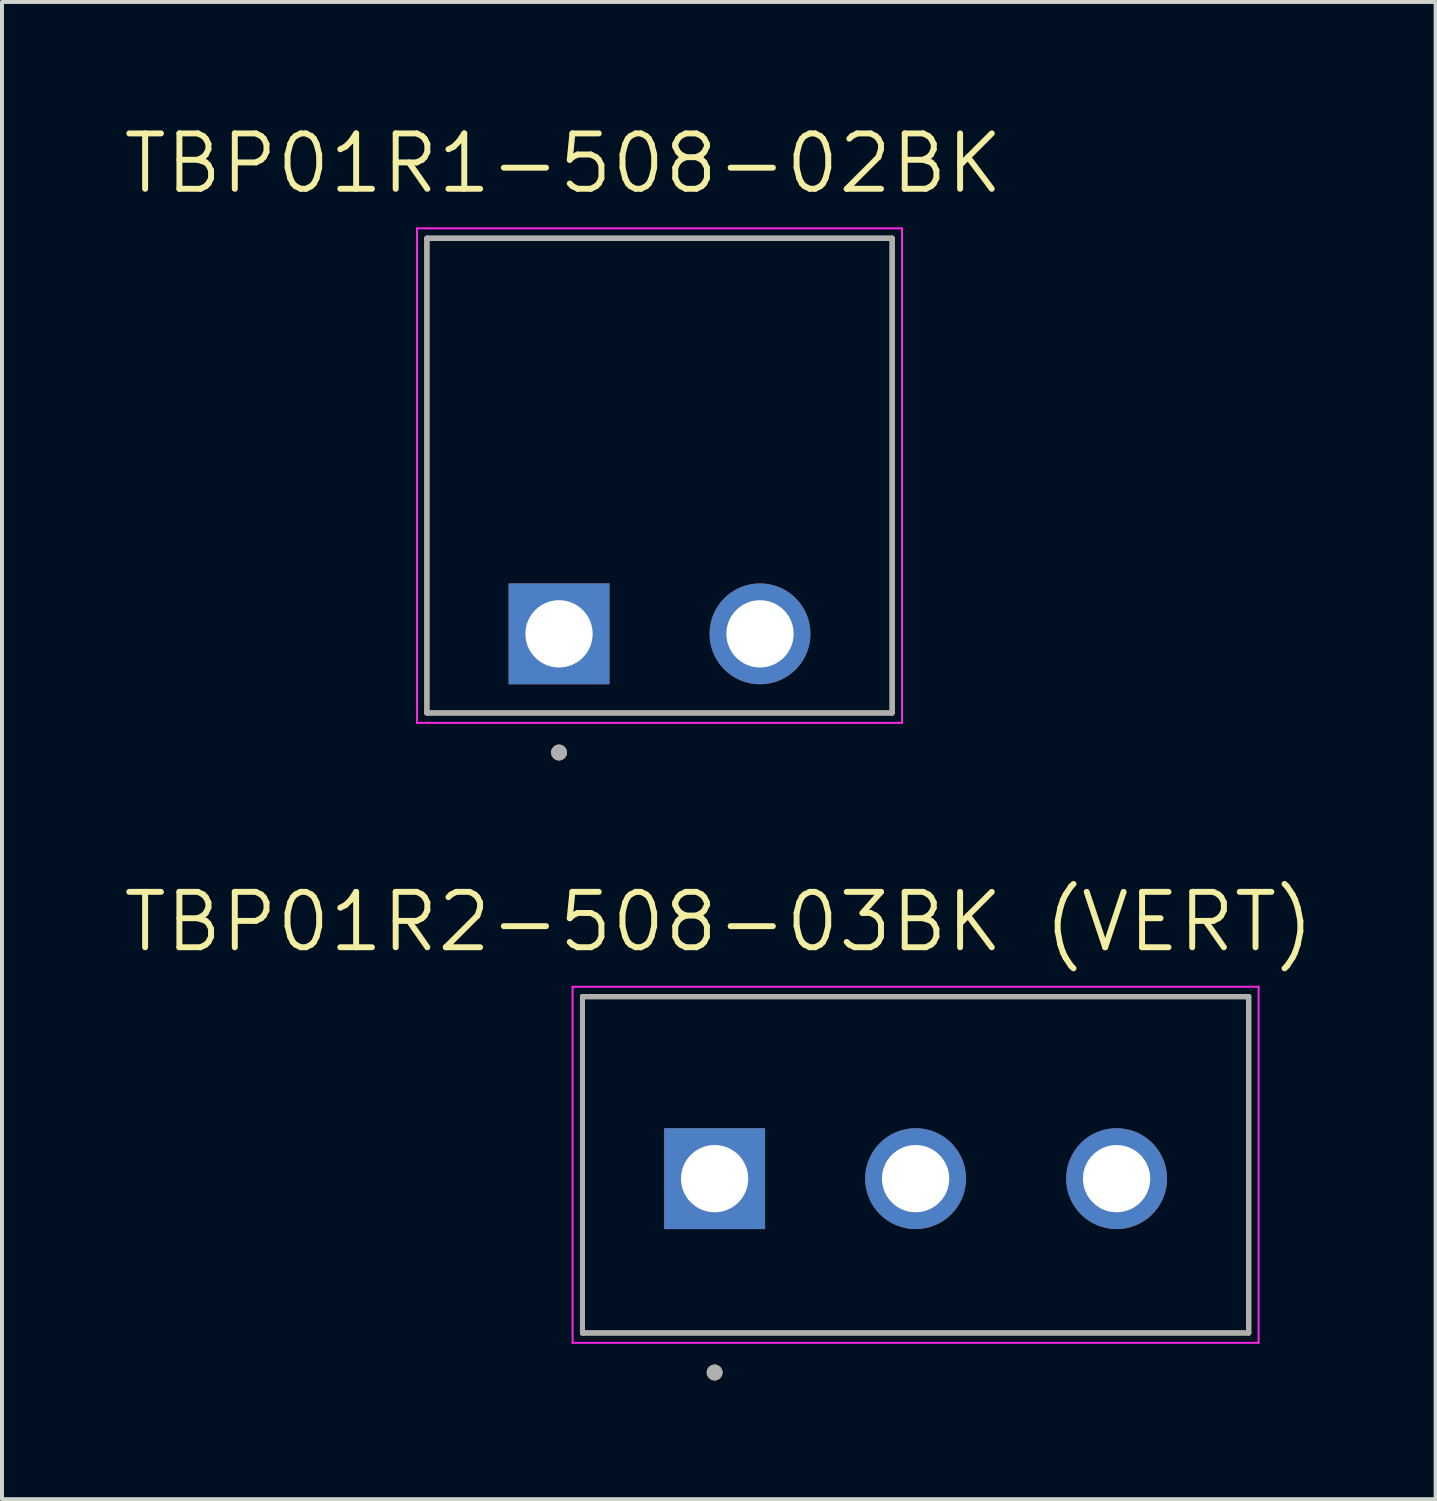
<source format=kicad_pcb>
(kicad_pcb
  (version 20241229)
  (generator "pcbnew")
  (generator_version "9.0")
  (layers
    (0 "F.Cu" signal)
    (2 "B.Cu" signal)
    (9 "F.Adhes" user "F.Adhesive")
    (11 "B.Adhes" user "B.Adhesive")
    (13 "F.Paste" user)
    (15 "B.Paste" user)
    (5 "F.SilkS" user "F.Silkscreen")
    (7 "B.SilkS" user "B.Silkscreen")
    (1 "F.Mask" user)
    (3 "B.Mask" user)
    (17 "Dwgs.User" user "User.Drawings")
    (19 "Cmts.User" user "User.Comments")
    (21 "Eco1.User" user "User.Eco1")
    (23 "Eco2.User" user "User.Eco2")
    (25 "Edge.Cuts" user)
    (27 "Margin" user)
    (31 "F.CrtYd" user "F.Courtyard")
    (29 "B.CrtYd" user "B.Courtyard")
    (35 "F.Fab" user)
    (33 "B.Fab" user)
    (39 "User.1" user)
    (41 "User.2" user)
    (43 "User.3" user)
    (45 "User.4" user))
  (footprint "TBP01R1-508-02BK"
    (layer "F.Cu")
    (at 11.08 12.971)
    (property "Reference" "TBP01R1-508-02BK" (at 0.105 -11.889 0) (layer "F.SilkS") (effects (font (size 1.4 1.4) (thickness 0.15))))
    (attr through_hole)
    (fp_line (start -3.34 -10) (end 8.42 -10) (stroke (width 0.127) (type solid)) (layer "F.SilkS"))
    (fp_line (start -3.34 2) (end -3.34 -10) (stroke (width 0.127) (type solid)) (layer "F.SilkS"))
    (fp_line (start 8.42 -10) (end 8.42 2) (stroke (width 0.127) (type solid)) (layer "F.SilkS"))
    (fp_line (start 8.42 2) (end -3.34 2) (stroke (width 0.127) (type solid)) (layer "F.SilkS"))
    (fp_circle (center 0 3) (end 0.1 3) (stroke (width 0.2) (type solid)) (fill no) (layer "F.SilkS"))
    (fp_line (start -3.59 -10.25) (end 8.67 -10.25) (stroke (width 0.05) (type solid)) (layer "F.CrtYd"))
    (fp_line (start -3.59 2.25) (end -3.59 -10.25) (stroke (width 0.05) (type solid)) (layer "F.CrtYd"))
    (fp_line (start 8.67 -10.25) (end 8.67 2.25) (stroke (width 0.05) (type solid)) (layer "F.CrtYd"))
    (fp_line (start 8.67 2.25) (end -3.59 2.25) (stroke (width 0.05) (type solid)) (layer "F.CrtYd"))
    (fp_line (start -3.34 -10) (end 8.42 -10) (stroke (width 0.127) (type solid)) (layer "F.Fab"))
    (fp_line (start -3.34 2) (end -3.34 -10) (stroke (width 0.127) (type solid)) (layer "F.Fab"))
    (fp_line (start 8.42 -10) (end 8.42 2) (stroke (width 0.127) (type solid)) (layer "F.Fab"))
    (fp_line (start 8.42 2) (end -3.34 2) (stroke (width 0.127) (type solid)) (layer "F.Fab"))
    (fp_circle (center 0 3) (end 0.1 3) (stroke (width 0.2) (type solid)) (fill no) (layer "F.Fab"))
    (pad "1" thru_hole rect (at 0 0) (size 2.55 2.55) (drill 1.7) (layers "*.Cu" "*.Mask"))
    (pad "2" thru_hole circle (at 5.08 0) (size 2.55 2.55) (drill 1.7) (layers "*.Cu" "*.Mask")))
  (footprint "TBP01R2-508-03BK (VERT)"
    (layer "F.Cu")
    (at 15.013 26.742)
    (property "Reference" "TBP01R2-508-03BK (VERT)" (at 0.105 -6.489 0) (layer "F.SilkS") (effects (font (size 1.4 1.4) (thickness 0.15))))
    (attr through_hole)
    (fp_line (start -3.34 -4.6) (end 13.5 -4.6) (stroke (width 0.127) (type solid)) (layer "F.SilkS"))
    (fp_line (start -3.34 3.9) (end -3.34 -4.6) (stroke (width 0.127) (type solid)) (layer "F.SilkS"))
    (fp_line (start 13.5 -4.6) (end 13.5 3.9) (stroke (width 0.127) (type solid)) (layer "F.SilkS"))
    (fp_line (start 13.5 3.9) (end -3.34 3.9) (stroke (width 0.127) (type solid)) (layer "F.SilkS"))
    (fp_circle (center 0 4.9) (end 0.1 4.9) (stroke (width 0.2) (type solid)) (fill no) (layer "F.SilkS"))
    (fp_line (start -3.59 -4.85) (end 13.75 -4.85) (stroke (width 0.05) (type solid)) (layer "F.CrtYd"))
    (fp_line (start -3.59 4.15) (end -3.59 -4.85) (stroke (width 0.05) (type solid)) (layer "F.CrtYd"))
    (fp_line (start 13.75 -4.85) (end 13.75 4.15) (stroke (width 0.05) (type solid)) (layer "F.CrtYd"))
    (fp_line (start 13.75 4.15) (end -3.59 4.15) (stroke (width 0.05) (type solid)) (layer "F.CrtYd"))
    (fp_line (start -3.34 -4.6) (end 13.5 -4.6) (stroke (width 0.127) (type solid)) (layer "F.Fab"))
    (fp_line (start -3.34 3.9) (end -3.34 -4.6) (stroke (width 0.127) (type solid)) (layer "F.Fab"))
    (fp_line (start 13.5 -4.6) (end 13.5 3.9) (stroke (width 0.127) (type solid)) (layer "F.Fab"))
    (fp_line (start 13.5 3.9) (end -3.34 3.9) (stroke (width 0.127) (type solid)) (layer "F.Fab"))
    (fp_circle (center 0 4.9) (end 0.1 4.9) (stroke (width 0.2) (type solid)) (fill no) (layer "F.Fab"))
    (pad "1" thru_hole rect (at 0 0) (size 2.55 2.55) (drill 1.7) (layers "*.Cu" "*.Mask"))
    (pad "2" thru_hole circle (at 5.08 0) (size 2.55 2.55) (drill 1.7) (layers "*.Cu" "*.Mask"))
    (pad "3" thru_hole circle (at 10.16 0) (size 2.55 2.55) (drill 1.7) (layers "*.Cu" "*.Mask")))
  (gr_rect
    (start -3 -3)
    (end 33.237 34.843)
    (stroke (width 0.1) (type default))
    (fill no)
    (layer "Edge.Cuts")))
</source>
